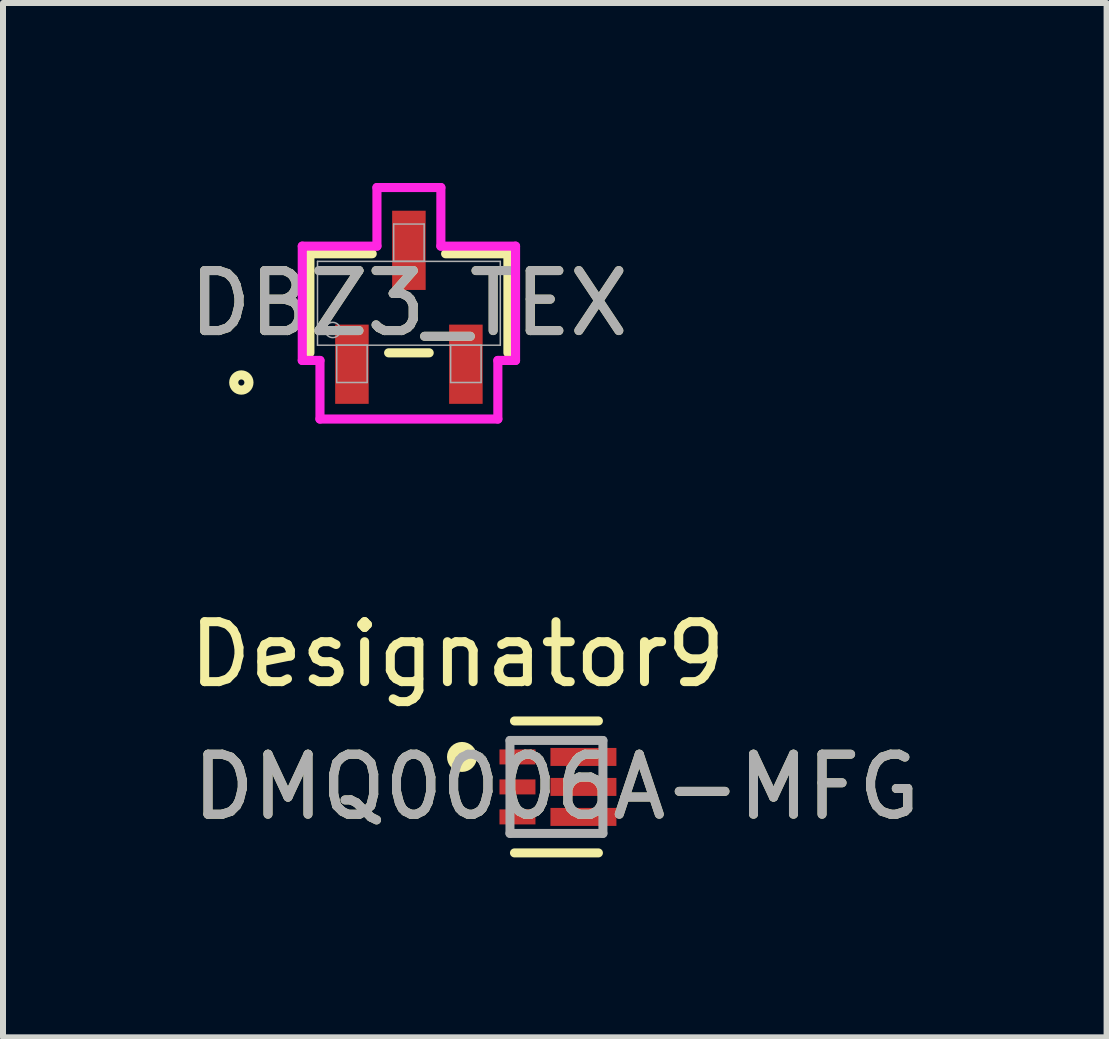
<source format=kicad_pcb>
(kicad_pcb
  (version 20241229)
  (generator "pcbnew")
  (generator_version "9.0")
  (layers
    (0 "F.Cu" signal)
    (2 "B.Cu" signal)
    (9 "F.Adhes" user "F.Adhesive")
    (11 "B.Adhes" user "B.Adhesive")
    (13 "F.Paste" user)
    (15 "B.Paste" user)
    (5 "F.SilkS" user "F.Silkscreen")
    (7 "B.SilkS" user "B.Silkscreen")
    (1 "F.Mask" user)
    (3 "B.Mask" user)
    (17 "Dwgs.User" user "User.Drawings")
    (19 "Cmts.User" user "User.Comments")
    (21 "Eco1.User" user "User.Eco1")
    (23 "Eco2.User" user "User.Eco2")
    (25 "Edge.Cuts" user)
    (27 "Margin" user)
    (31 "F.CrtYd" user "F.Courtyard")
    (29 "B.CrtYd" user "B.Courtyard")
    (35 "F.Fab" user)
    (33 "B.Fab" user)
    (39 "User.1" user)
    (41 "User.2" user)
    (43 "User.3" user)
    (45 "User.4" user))
  (footprint "DMQ0006A-MFG"
    (layer "F.Cu")
    (at 6.228 10.071)
    (property "Reference" "DMQ0006A-MFG" (at 0 0 0) (unlocked yes) (layer "F.SilkS") (effects (font (size 1 1) (thickness 0.15))))
    (attr smd)
    (fp_poly (pts (xy -1 0.575) (xy -1 0.425) (xy -0.9 0.325) (xy -0.4 0.325) (xy -0.3 0.425) (xy -0.3 0.575) (xy -0.4 0.675) (xy -0.9 0.675)) (stroke (width 0) (type solid)) (fill yes) (layer "F.Mask"))
    (fp_poly (pts (xy -0.4 0.175) (xy -0.9 0.175) (xy -1 0.075) (xy -1 -0.075) (xy -0.9 -0.175) (xy -0.4 -0.175) (xy -0.3 -0.075) (xy -0.3 0.075)) (stroke (width 0) (type solid)) (fill yes) (layer "F.Mask"))
    (fp_poly (pts (xy -0.3 -0.575) (xy -0.3 -0.425) (xy -0.4 -0.325) (xy -0.9 -0.325) (xy -1 -0.425) (xy -1 -0.575) (xy -0.9 -0.675) (xy -0.4 -0.675)) (stroke (width 0) (type solid)) (fill yes) (layer "F.Mask"))
    (fp_poly (pts (xy -0.05 -0.55) (xy 0 -0.6) (xy 0.9 -0.6) (xy 0.95 -0.55) (xy 0.95 -0.45) (xy 0.9 -0.4) (xy 0 -0.4) (xy -0.05 -0.45)) (stroke (width 0) (type solid)) (fill yes) (layer "F.Mask"))
    (fp_poly (pts (xy -0.05 -0.05) (xy 0 -0.1) (xy 0.9 -0.1) (xy 0.95 -0.05) (xy 0.95 0.05) (xy 0.9 0.1) (xy 0 0.1) (xy -0.05 0.05)) (stroke (width 0) (type solid)) (fill yes) (layer "F.Mask"))
    (fp_poly (pts (xy 0.9 0.4) (xy 0.95 0.45) (xy 0.95 0.55) (xy 0.9 0.6) (xy 0 0.6) (xy -0.05 0.55) (xy -0.05 0.45) (xy 0 0.4)) (stroke (width 0) (type solid)) (fill yes) (layer "F.Mask"))
    (fp_line (start -0.7 -1.1) (end 0.7 -1.1) (stroke (width 0.15) (type solid)) (layer "F.SilkS"))
    (fp_line (start -0.7 1.1) (end 0.7 1.1) (stroke (width 0.15) (type solid)) (layer "F.SilkS"))
    (fp_circle (center -1.575 -0.5) (end -1.45 -0.5) (stroke (width 0.25) (type solid)) (fill no) (layer "F.SilkS"))
    (fp_poly (pts (xy 0.1 -0.45) (xy 0.1 -0.55) (xy 0.15 -0.6) (xy 0.9 -0.6) (xy 0.95 -0.55) (xy 0.95 -0.45) (xy 0.9 -0.4) (xy 0.15 -0.4)) (stroke (width 0) (type solid)) (fill yes) (layer "F.Paste"))
    (fp_poly (pts (xy 0.9 0.4) (xy 0.95 0.45) (xy 0.95 0.55) (xy 0.9 0.6) (xy 0.15 0.6) (xy 0.1 0.55) (xy 0.1 0.45) (xy 0.15 0.4)) (stroke (width 0) (type solid)) (fill yes) (layer "F.Paste"))
    (fp_poly (pts (xy 0.95 -0.05) (xy 0.95 0.05) (xy 0.9 0.1) (xy 0.15 0.1) (xy 0.1 0.05) (xy 0.1 -0.05) (xy 0.15 -0.1) (xy 0.9 -0.1)) (stroke (width 0) (type solid)) (fill yes) (layer "F.Paste"))
    (fp_line (start -0.775 -0.775) (end 0.775 -0.775) (stroke (width 0.15) (type solid)) (layer "F.Fab"))
    (fp_line (start -0.775 0.775) (end -0.775 -0.775) (stroke (width 0.15) (type solid)) (layer "F.Fab"))
    (fp_line (start -0.775 0.775) (end 0.775 0.775) (stroke (width 0.15) (type solid)) (layer "F.Fab"))
    (fp_line (start 0.775 0.775) (end 0.775 -0.775) (stroke (width 0.15) (type solid)) (layer "F.Fab"))
    (fp_text user "Designator9" (at -1.651 -2.21 0) (unlocked yes) (layer "F.SilkS") (effects (font (size 1 1) (thickness 0.15))))
    (fp_text user "${REFERENCE}" (at 0 0 0) (unlocked yes) (layer "F.Fab") (effects (font (size 1 1) (thickness 0.15))))
    (pad "1" smd rect (at -0.65 -0.5) (size 0.6 0.25) (layers "F.Cu" "F.Paste"))
    (pad "2" smd rect (at -0.65 0) (size 0.6 0.25) (layers "F.Cu" "F.Paste"))
    (pad "3" smd rect (at -0.65 0.5) (size 0.6 0.25) (layers "F.Cu" "F.Paste"))
    (pad "4" smd rect (at 0.45 0.5) (size 1.1 0.3) (layers "F.Cu"))
    (pad "5" smd rect (at 0.45 0) (size 1.1 0.3) (layers "F.Cu"))
    (pad "6" smd rect (at 0.45 -0.5) (size 1.1 0.3) (layers "F.Cu")))
  (footprint "DBZ3_TEX"
    (layer "F.Cu")
    (at 3.768 2.007)
    (property "Reference" "DBZ3_TEX" (at 0 0 0) (unlocked yes) (layer "F.SilkS") (effects (font (size 1 1) (thickness 0.15))))
    (attr smd)
    (fp_line (start -1.651 -0.826) (end -1.651 0.826) (stroke (width 0.152) (type solid)) (layer "F.SilkS"))
    (fp_line (start -0.612 -0.826) (end -1.651 -0.826) (stroke (width 0.152) (type solid)) (layer "F.SilkS"))
    (fp_line (start -0.338 0.826) (end 0.338 0.826) (stroke (width 0.152) (type solid)) (layer "F.SilkS"))
    (fp_line (start 1.651 -0.826) (end 0.612 -0.826) (stroke (width 0.152) (type solid)) (layer "F.SilkS"))
    (fp_line (start 1.651 0.826) (end 1.651 -0.826) (stroke (width 0.152) (type solid)) (layer "F.SilkS"))
    (fp_circle (center -2.794 1.321) (end -2.667 1.321) (stroke (width 0.152) (type solid)) (fill no) (layer "F.SilkS"))
    (fp_line (start -1.778 -0.953) (end -0.533 -0.953) (stroke (width 0.152) (type solid)) (layer "F.CrtYd"))
    (fp_line (start -1.778 0.953) (end -1.778 -0.953) (stroke (width 0.152) (type solid)) (layer "F.CrtYd"))
    (fp_line (start -1.778 0.953) (end -1.483 0.953) (stroke (width 0.152) (type solid)) (layer "F.CrtYd"))
    (fp_line (start -1.483 0.953) (end -1.483 1.93) (stroke (width 0.152) (type solid)) (layer "F.CrtYd"))
    (fp_line (start -1.483 1.93) (end 1.483 1.93) (stroke (width 0.152) (type solid)) (layer "F.CrtYd"))
    (fp_line (start -0.533 -1.93) (end 0.533 -1.93) (stroke (width 0.152) (type solid)) (layer "F.CrtYd"))
    (fp_line (start -0.533 -0.953) (end -0.533 -1.93) (stroke (width 0.152) (type solid)) (layer "F.CrtYd"))
    (fp_line (start 0.533 -0.953) (end 0.533 -1.93) (stroke (width 0.152) (type solid)) (layer "F.CrtYd"))
    (fp_line (start 1.483 0.953) (end 1.483 1.93) (stroke (width 0.152) (type solid)) (layer "F.CrtYd"))
    (fp_line (start 1.778 -0.953) (end 0.533 -0.953) (stroke (width 0.152) (type solid)) (layer "F.CrtYd"))
    (fp_line (start 1.778 -0.953) (end 1.778 0.953) (stroke (width 0.152) (type solid)) (layer "F.CrtYd"))
    (fp_line (start 1.778 0.953) (end 1.483 0.953) (stroke (width 0.152) (type solid)) (layer "F.CrtYd"))
    (fp_line (start -1.524 -0.699) (end -1.524 0.699) (stroke (width 0.025) (type solid)) (layer "F.Fab"))
    (fp_line (start -1.524 0.699) (end 1.524 0.699) (stroke (width 0.025) (type solid)) (layer "F.Fab"))
    (fp_line (start -1.204 0.699) (end -1.204 1.321) (stroke (width 0.025) (type solid)) (layer "F.Fab"))
    (fp_line (start -1.204 1.321) (end -0.696 1.321) (stroke (width 0.025) (type solid)) (layer "F.Fab"))
    (fp_line (start -0.696 0.699) (end -1.204 0.699) (stroke (width 0.025) (type solid)) (layer "F.Fab"))
    (fp_line (start -0.696 1.321) (end -0.696 0.699) (stroke (width 0.025) (type solid)) (layer "F.Fab"))
    (fp_line (start -0.254 -1.321) (end -0.254 -0.699) (stroke (width 0.025) (type solid)) (layer "F.Fab"))
    (fp_line (start -0.254 -0.699) (end 0.254 -0.699) (stroke (width 0.025) (type solid)) (layer "F.Fab"))
    (fp_line (start 0.254 -1.321) (end -0.254 -1.321) (stroke (width 0.025) (type solid)) (layer "F.Fab"))
    (fp_line (start 0.254 -0.699) (end 0.254 -1.321) (stroke (width 0.025) (type solid)) (layer "F.Fab"))
    (fp_line (start 0.696 0.699) (end 0.696 1.321) (stroke (width 0.025) (type solid)) (layer "F.Fab"))
    (fp_line (start 0.696 1.321) (end 1.204 1.321) (stroke (width 0.025) (type solid)) (layer "F.Fab"))
    (fp_line (start 1.204 0.699) (end 0.696 0.699) (stroke (width 0.025) (type solid)) (layer "F.Fab"))
    (fp_line (start 1.204 1.321) (end 1.204 0.699) (stroke (width 0.025) (type solid)) (layer "F.Fab"))
    (fp_line (start 1.524 -0.699) (end -1.524 -0.699) (stroke (width 0.025) (type solid)) (layer "F.Fab"))
    (fp_line (start 1.524 0.699) (end 1.524 -0.699) (stroke (width 0.025) (type solid)) (layer "F.Fab"))
    (fp_circle (center -1.27 0.445) (end -1.143 0.445) (stroke (width 0.025) (type solid)) (fill no) (layer "F.Fab"))
    (fp_text user "${REFERENCE}" (at 0 0 0) (unlocked yes) (layer "F.Fab") (effects (font (size 1 1) (thickness 0.15))))
    (pad "1" smd rect (at -0.95 1.016) (size 0.559 1.321) (layers "F.Cu" "F.Mask" "F.Paste"))
    (pad "2" smd rect (at 0.95 1.016) (size 0.559 1.321) (layers "F.Cu" "F.Mask" "F.Paste"))
    (pad "3" smd rect (at 0 -0.883) (size 0.559 1.321) (layers "F.Cu" "F.Mask" "F.Paste")))
  (gr_rect
    (start -3 -3)
    (end 15.401 14.246)
    (stroke (width 0.1) (type default))
    (fill no)
    (layer "Edge.Cuts")))
</source>
